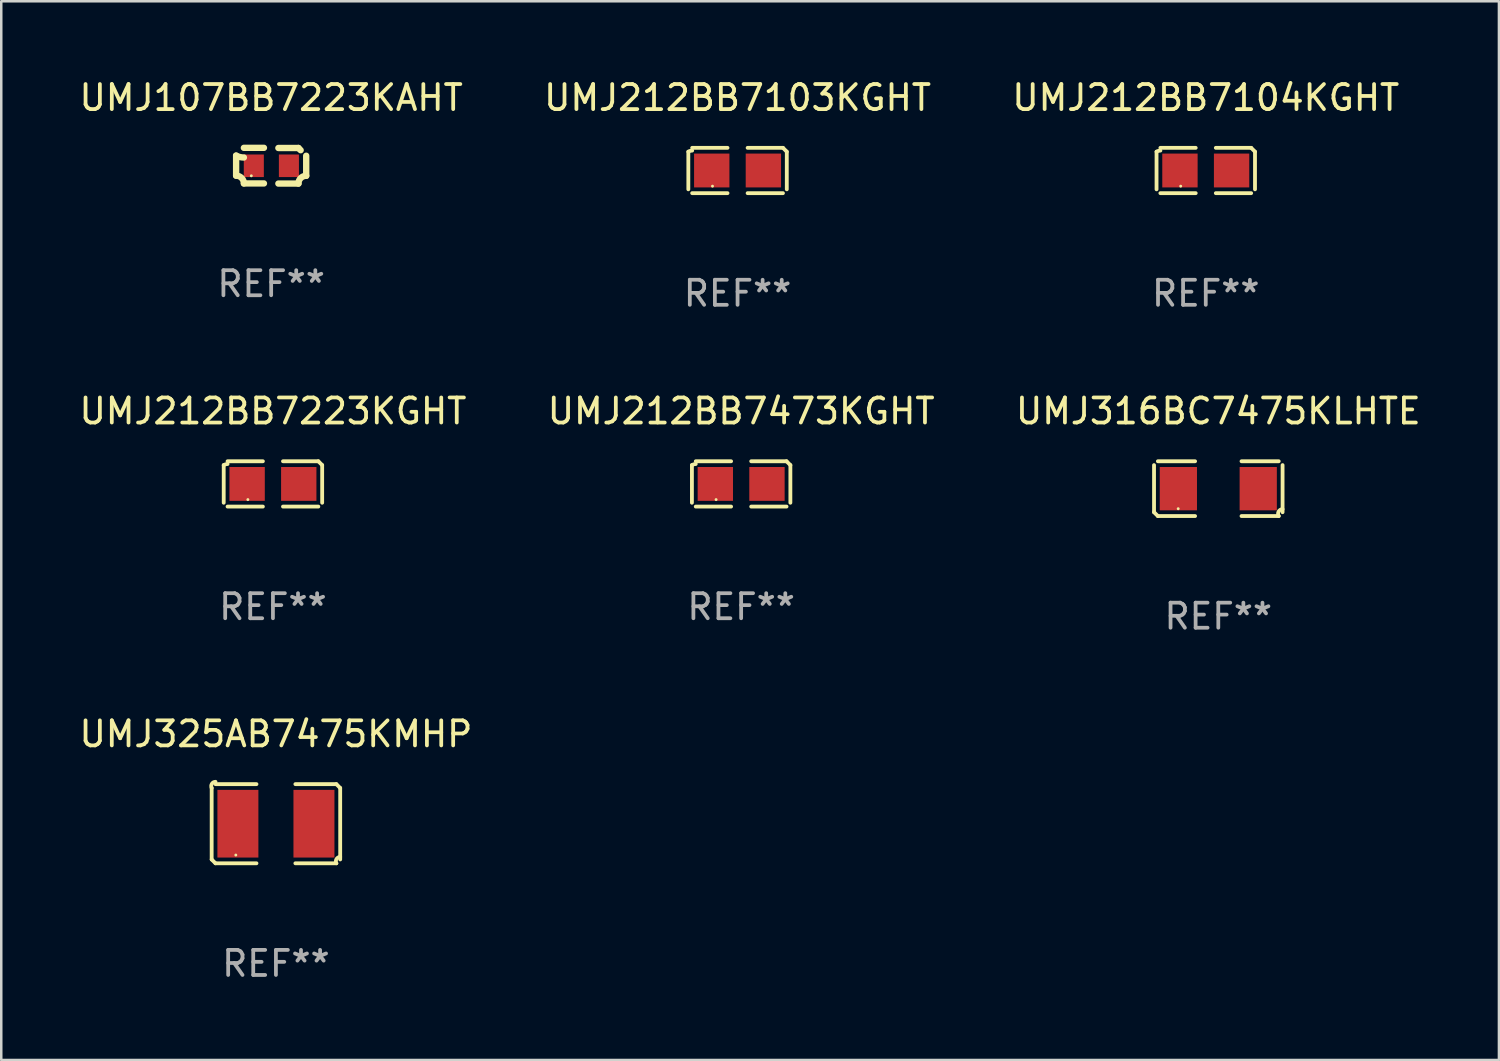
<source format=kicad_pcb>
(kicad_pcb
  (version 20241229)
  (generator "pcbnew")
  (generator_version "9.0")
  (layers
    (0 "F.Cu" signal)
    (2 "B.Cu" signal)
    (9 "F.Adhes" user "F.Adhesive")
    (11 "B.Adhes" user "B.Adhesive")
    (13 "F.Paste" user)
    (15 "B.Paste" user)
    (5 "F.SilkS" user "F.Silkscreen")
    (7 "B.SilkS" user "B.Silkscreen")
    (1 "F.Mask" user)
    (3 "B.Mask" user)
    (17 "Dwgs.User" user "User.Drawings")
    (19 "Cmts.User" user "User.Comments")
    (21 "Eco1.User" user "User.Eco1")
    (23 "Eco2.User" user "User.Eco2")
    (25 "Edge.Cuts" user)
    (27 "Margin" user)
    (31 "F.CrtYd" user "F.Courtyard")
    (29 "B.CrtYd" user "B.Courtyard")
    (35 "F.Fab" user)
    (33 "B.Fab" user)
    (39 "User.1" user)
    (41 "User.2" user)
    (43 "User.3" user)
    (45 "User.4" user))
  (footprint "UMJ212BB7223KGHT"
    (layer "F.Cu")
    (at 7.839 16.256)
    (property "Reference" "UMJ212BB7223KGHT" (at 0 -2.904 0) (layer "F.SilkS") (effects (font (size 1 1) (thickness 0.15))))
    (attr through_hole)
    (fp_line (start -1.964 0.751) (end -1.964 -0.751) (stroke (width 0.152) (type solid)) (layer "F.SilkS"))
    (fp_line (start -1.811 -0.904) (end -0.401 -0.904) (stroke (width 0.152) (type solid)) (layer "F.SilkS"))
    (fp_line (start -0.401 0.904) (end -1.811 0.904) (stroke (width 0.152) (type solid)) (layer "F.SilkS"))
    (fp_line (start 0.401 0.904) (end 1.811 0.904) (stroke (width 0.152) (type solid)) (layer "F.SilkS"))
    (fp_line (start 1.811 -0.904) (end 0.401 -0.904) (stroke (width 0.152) (type solid)) (layer "F.SilkS"))
    (fp_line (start 1.964 0.751) (end 1.964 -0.751) (stroke (width 0.152) (type solid)) (layer "F.SilkS"))
    (fp_arc (start -1.963602 -0.751207) (mid -1.890354 -0.783131) (end -1.811201 -0.794044) (stroke (width 0.1524) (type solid)) (layer "F.SilkS"))
    (fp_arc (start 1.811202 -0.903607) (mid 1.887413 -0.827418) (end 1.963602 -0.751207) (stroke (width 0.1524) (type solid)) (layer "F.SilkS"))
    (fp_circle (center -1 0.625) (end -0.97 0.625) (stroke (width 0.06) (type solid)) (fill no) (layer "F.SilkS"))
    (fp_text user "REF**" (at 0 4.904 0) (layer "F.Fab") (effects (font (size 1 1) (thickness 0.15))))
    (pad "1" smd rect (at -1.03 0) (size 1.41 1.35) (layers "F.Cu" "F.Mask" "F.Paste"))
    (pad "2" smd rect (at 1.03 0) (size 1.41 1.35) (layers "F.Cu" "F.Mask" "F.Paste")))
  (footprint "UMJ212BB7103KGHT"
    (layer "F.Cu")
    (at 26.375 3.752)
    (property "Reference" "UMJ212BB7103KGHT" (at 0 -2.904 0) (layer "F.SilkS") (effects (font (size 1 1) (thickness 0.15))))
    (attr through_hole)
    (fp_line (start -1.964 0.751) (end -1.964 -0.751) (stroke (width 0.152) (type solid)) (layer "F.SilkS"))
    (fp_line (start -1.811 -0.904) (end -0.401 -0.904) (stroke (width 0.152) (type solid)) (layer "F.SilkS"))
    (fp_line (start -0.401 0.904) (end -1.811 0.904) (stroke (width 0.152) (type solid)) (layer "F.SilkS"))
    (fp_line (start 0.401 0.904) (end 1.811 0.904) (stroke (width 0.152) (type solid)) (layer "F.SilkS"))
    (fp_line (start 1.811 -0.904) (end 0.401 -0.904) (stroke (width 0.152) (type solid)) (layer "F.SilkS"))
    (fp_line (start 1.964 0.751) (end 1.964 -0.751) (stroke (width 0.152) (type solid)) (layer "F.SilkS"))
    (fp_arc (start -1.963602 -0.751207) (mid -1.890354 -0.783131) (end -1.811201 -0.794044) (stroke (width 0.1524) (type solid)) (layer "F.SilkS"))
    (fp_arc (start 1.811202 -0.903607) (mid 1.887413 -0.827418) (end 1.963602 -0.751207) (stroke (width 0.1524) (type solid)) (layer "F.SilkS"))
    (fp_circle (center -1 0.625) (end -0.97 0.625) (stroke (width 0.06) (type solid)) (fill no) (layer "F.SilkS"))
    (fp_text user "REF**" (at 0 4.904 0) (layer "F.Fab") (effects (font (size 1 1) (thickness 0.15))))
    (pad "1" smd rect (at -1.03 0) (size 1.41 1.35) (layers "F.Cu" "F.Mask" "F.Paste"))
    (pad "2" smd rect (at 1.03 0) (size 1.41 1.35) (layers "F.Cu" "F.Mask" "F.Paste")))
  (footprint "UMJ212BB7104KGHT"
    (layer "F.Cu")
    (at 45.054 3.752)
    (property "Reference" "UMJ212BB7104KGHT" (at 0 -2.904 0) (layer "F.SilkS") (effects (font (size 1 1) (thickness 0.15))))
    (attr through_hole)
    (fp_line (start -1.964 0.751) (end -1.964 -0.751) (stroke (width 0.152) (type solid)) (layer "F.SilkS"))
    (fp_line (start -1.811 -0.904) (end -0.401 -0.904) (stroke (width 0.152) (type solid)) (layer "F.SilkS"))
    (fp_line (start -0.401 0.904) (end -1.811 0.904) (stroke (width 0.152) (type solid)) (layer "F.SilkS"))
    (fp_line (start 0.401 0.904) (end 1.811 0.904) (stroke (width 0.152) (type solid)) (layer "F.SilkS"))
    (fp_line (start 1.811 -0.904) (end 0.401 -0.904) (stroke (width 0.152) (type solid)) (layer "F.SilkS"))
    (fp_line (start 1.964 0.751) (end 1.964 -0.751) (stroke (width 0.152) (type solid)) (layer "F.SilkS"))
    (fp_arc (start -1.963602 -0.751207) (mid -1.890354 -0.783131) (end -1.811201 -0.794044) (stroke (width 0.1524) (type solid)) (layer "F.SilkS"))
    (fp_arc (start 1.811202 -0.903607) (mid 1.887413 -0.827418) (end 1.963602 -0.751207) (stroke (width 0.1524) (type solid)) (layer "F.SilkS"))
    (fp_circle (center -1 0.625) (end -0.97 0.625) (stroke (width 0.06) (type solid)) (fill no) (layer "F.SilkS"))
    (fp_text user "REF**" (at 0 4.904 0) (layer "F.Fab") (effects (font (size 1 1) (thickness 0.15))))
    (pad "1" smd rect (at -1.03 0) (size 1.41 1.35) (layers "F.Cu" "F.Mask" "F.Paste"))
    (pad "2" smd rect (at 1.03 0) (size 1.41 1.35) (layers "F.Cu" "F.Mask" "F.Paste")))
  (footprint "UMJ316BC7475KLHTE"
    (layer "F.Cu")
    (at 45.554 16.445)
    (property "Reference" "UMJ316BC7475KLHTE" (at 0 -3.093 0) (layer "F.SilkS") (effects (font (size 1 1) (thickness 0.15))))
    (attr through_hole)
    (fp_line (start -2.564 0.94) (end -2.564 -0.94) (stroke (width 0.152) (type solid)) (layer "F.SilkS"))
    (fp_line (start -2.411 -1.093) (end -0.926 -1.093) (stroke (width 0.152) (type solid)) (layer "F.SilkS"))
    (fp_line (start -0.926 1.093) (end -2.411 1.093) (stroke (width 0.152) (type solid)) (layer "F.SilkS"))
    (fp_line (start 0.926 1.093) (end 2.411 1.093) (stroke (width 0.152) (type solid)) (layer "F.SilkS"))
    (fp_line (start 2.411 -1.093) (end 0.926 -1.093) (stroke (width 0.152) (type solid)) (layer "F.SilkS"))
    (fp_line (start 2.564 0.94) (end 2.564 -0.94) (stroke (width 0.152) (type solid)) (layer "F.SilkS"))
    (fp_arc (start -2.411201 1.092609) (mid -2.487413 1.01642) (end -2.563602 0.940208) (stroke (width 0.1524) (type solid)) (layer "F.SilkS"))
    (fp_arc (start 2.411201 1.092609) (mid 2.407159 0.911226) (end 2.563602 0.819347) (stroke (width 0.1524) (type solid)) (layer "F.SilkS"))
    (fp_circle (center -1.6 0.8) (end -1.57 0.8) (stroke (width 0.06) (type solid)) (fill no) (layer "F.SilkS"))
    (fp_text user "REF**" (at 0 5.093 0) (layer "F.Fab") (effects (font (size 1 1) (thickness 0.15))))
    (pad "1" smd rect (at -1.593 0) (size 1.485 1.728) (layers "F.Cu" "F.Mask" "F.Paste"))
    (pad "2" smd rect (at 1.593 0) (size 1.485 1.728) (layers "F.Cu" "F.Mask" "F.Paste")))
  (footprint "UMJ212BB7473KGHT"
    (layer "F.Cu")
    (at 26.518 16.256)
    (property "Reference" "UMJ212BB7473KGHT" (at 0 -2.904 0) (layer "F.SilkS") (effects (font (size 1 1) (thickness 0.15))))
    (attr through_hole)
    (fp_line (start -1.964 0.751) (end -1.964 -0.751) (stroke (width 0.152) (type solid)) (layer "F.SilkS"))
    (fp_line (start -1.811 -0.904) (end -0.401 -0.904) (stroke (width 0.152) (type solid)) (layer "F.SilkS"))
    (fp_line (start -0.401 0.904) (end -1.811 0.904) (stroke (width 0.152) (type solid)) (layer "F.SilkS"))
    (fp_line (start 0.401 0.904) (end 1.811 0.904) (stroke (width 0.152) (type solid)) (layer "F.SilkS"))
    (fp_line (start 1.811 -0.904) (end 0.401 -0.904) (stroke (width 0.152) (type solid)) (layer "F.SilkS"))
    (fp_line (start 1.964 0.751) (end 1.964 -0.751) (stroke (width 0.152) (type solid)) (layer "F.SilkS"))
    (fp_arc (start -1.963602 -0.751207) (mid -1.890354 -0.783131) (end -1.811201 -0.794044) (stroke (width 0.1524) (type solid)) (layer "F.SilkS"))
    (fp_arc (start 1.811202 -0.903607) (mid 1.887413 -0.827418) (end 1.963602 -0.751207) (stroke (width 0.1524) (type solid)) (layer "F.SilkS"))
    (fp_circle (center -1 0.625) (end -0.97 0.625) (stroke (width 0.06) (type solid)) (fill no) (layer "F.SilkS"))
    (fp_text user "REF**" (at 0 4.904 0) (layer "F.Fab") (effects (font (size 1 1) (thickness 0.15))))
    (pad "1" smd rect (at -1.03 0) (size 1.41 1.35) (layers "F.Cu" "F.Mask" "F.Paste"))
    (pad "2" smd rect (at 1.03 0) (size 1.41 1.35) (layers "F.Cu" "F.Mask" "F.Paste")))
  (footprint "UMJ325AB7475KMHP"
    (layer "F.Cu")
    (at 7.958 29.812)
    (property "Reference" "UMJ325AB7475KMHP" (at 0 -3.579 0) (layer "F.SilkS") (effects (font (size 1 1) (thickness 0.15))))
    (attr through_hole)
    (fp_line (start -2.564 1.426) (end -2.564 -1.426) (stroke (width 0.152) (type solid)) (layer "F.SilkS"))
    (fp_line (start -2.411 -1.579) (end -0.776 -1.579) (stroke (width 0.152) (type solid)) (layer "F.SilkS"))
    (fp_line (start -0.776 1.579) (end -2.411 1.579) (stroke (width 0.152) (type solid)) (layer "F.SilkS"))
    (fp_line (start 0.776 1.579) (end 2.411 1.579) (stroke (width 0.152) (type solid)) (layer "F.SilkS"))
    (fp_line (start 2.411 -1.579) (end 0.776 -1.579) (stroke (width 0.152) (type solid)) (layer "F.SilkS"))
    (fp_line (start 2.564 1.426) (end 2.564 -1.426) (stroke (width 0.152) (type solid)) (layer "F.SilkS"))
    (fp_arc (start -2.563602 -1.426213) (mid -2.555597 -1.591233) (end -2.411201 -1.671518) (stroke (width 0.1524) (type solid)) (layer "F.SilkS"))
    (fp_arc (start -2.5636 1.426214) (mid -2.487389 1.502402) (end -2.411201 1.578613) (stroke (width 0.1524) (type solid)) (layer "F.SilkS"))
    (fp_arc (start 2.411197 -1.578618) (mid 2.487403 -1.502419) (end 2.563602 -1.426213) (stroke (width 0.1524) (type solid)) (layer "F.SilkS"))
    (fp_arc (start 2.411201 1.578613) (mid 2.416214 1.409455) (end 2.563602 1.32629) (stroke (width 0.1524) (type solid)) (layer "F.SilkS"))
    (fp_circle (center -1.6 1.25) (end -1.57 1.25) (stroke (width 0.06) (type solid)) (fill no) (layer "F.SilkS"))
    (fp_text user "REF**" (at 0 5.579 0) (layer "F.Fab") (effects (font (size 1 1) (thickness 0.15))))
    (pad "1" smd rect (at -1.517 0) (size 1.635 2.7) (layers "F.Cu" "F.Mask" "F.Paste"))
    (pad "2" smd rect (at 1.517 0) (size 1.635 2.7) (layers "F.Cu" "F.Mask" "F.Paste")))
  (footprint "UMJ107BB7223KAHT"
    (layer "F.Cu")
    (at 7.768 3.561)
    (property "Reference" "UMJ107BB7223KAHT" (at 0 -2.713 0) (layer "F.SilkS") (effects (font (size 1 1) (thickness 0.15))))
    (attr through_hole)
    (fp_line (start -1.398 -0.403) (end -1.398 0.397) (stroke (width 0.254) (type solid)) (layer "F.SilkS"))
    (fp_line (start -0.288 -0.713) (end -1.088 -0.713) (stroke (width 0.254) (type solid)) (layer "F.SilkS"))
    (fp_line (start -0.288 0.707) (end -1.088 0.707) (stroke (width 0.254) (type solid)) (layer "F.SilkS"))
    (fp_line (start 0.288 -0.707) (end 1.088 -0.707) (stroke (width 0.254) (type solid)) (layer "F.SilkS"))
    (fp_line (start 0.288 0.713) (end 1.088 0.713) (stroke (width 0.254) (type solid)) (layer "F.SilkS"))
    (fp_line (start 1.398 -0.397) (end 1.398 0.403) (stroke (width 0.254) (type solid)) (layer "F.SilkS"))
    (fp_arc (start -1.397789 0.397066) (mid -1.178701 0.487826) (end -1.08796 0.706922) (stroke (width 0.254001) (type solid)) (layer "F.SilkS"))
    (fp_arc (start -1.08796 -0.327176) (mid -1.247436 -0.346384) (end -1.39779 -0.402908) (stroke (width 0.254001) (type solid)) (layer "F.SilkS"))
    (fp_arc (start 1.087909 0.712738) (mid 1.178656 0.493655) (end 1.397739 0.402908) (stroke (width 0.254001) (type solid)) (layer "F.SilkS"))
    (fp_arc (start 1.175925 -0.618926) (mid 1.131917 -0.662923) (end 1.08791 -0.706922) (stroke (width 0.254001) (type solid)) (layer "F.SilkS"))
    (fp_circle (center -0.792 0.403) (end -0.762 0.403) (stroke (width 0.06) (type solid)) (fill no) (layer "F.SilkS"))
    (fp_text user "REF**" (at 0 4.713 0) (layer "F.Fab") (effects (font (size 1 1) (thickness 0.15))))
    (pad "1" smd rect (at -0.692 0.003) (size 0.8 0.9) (layers "F.Cu" "F.Mask" "F.Paste"))
    (pad "2" smd rect (at 0.708 0.003) (size 0.8 0.9) (layers "F.Cu" "F.Mask" "F.Paste")))
  (gr_rect
    (start -3 -3)
    (end 56.75 39.239)
    (stroke (width 0.1) (type default))
    (fill no)
    (layer "Edge.Cuts")))
</source>
